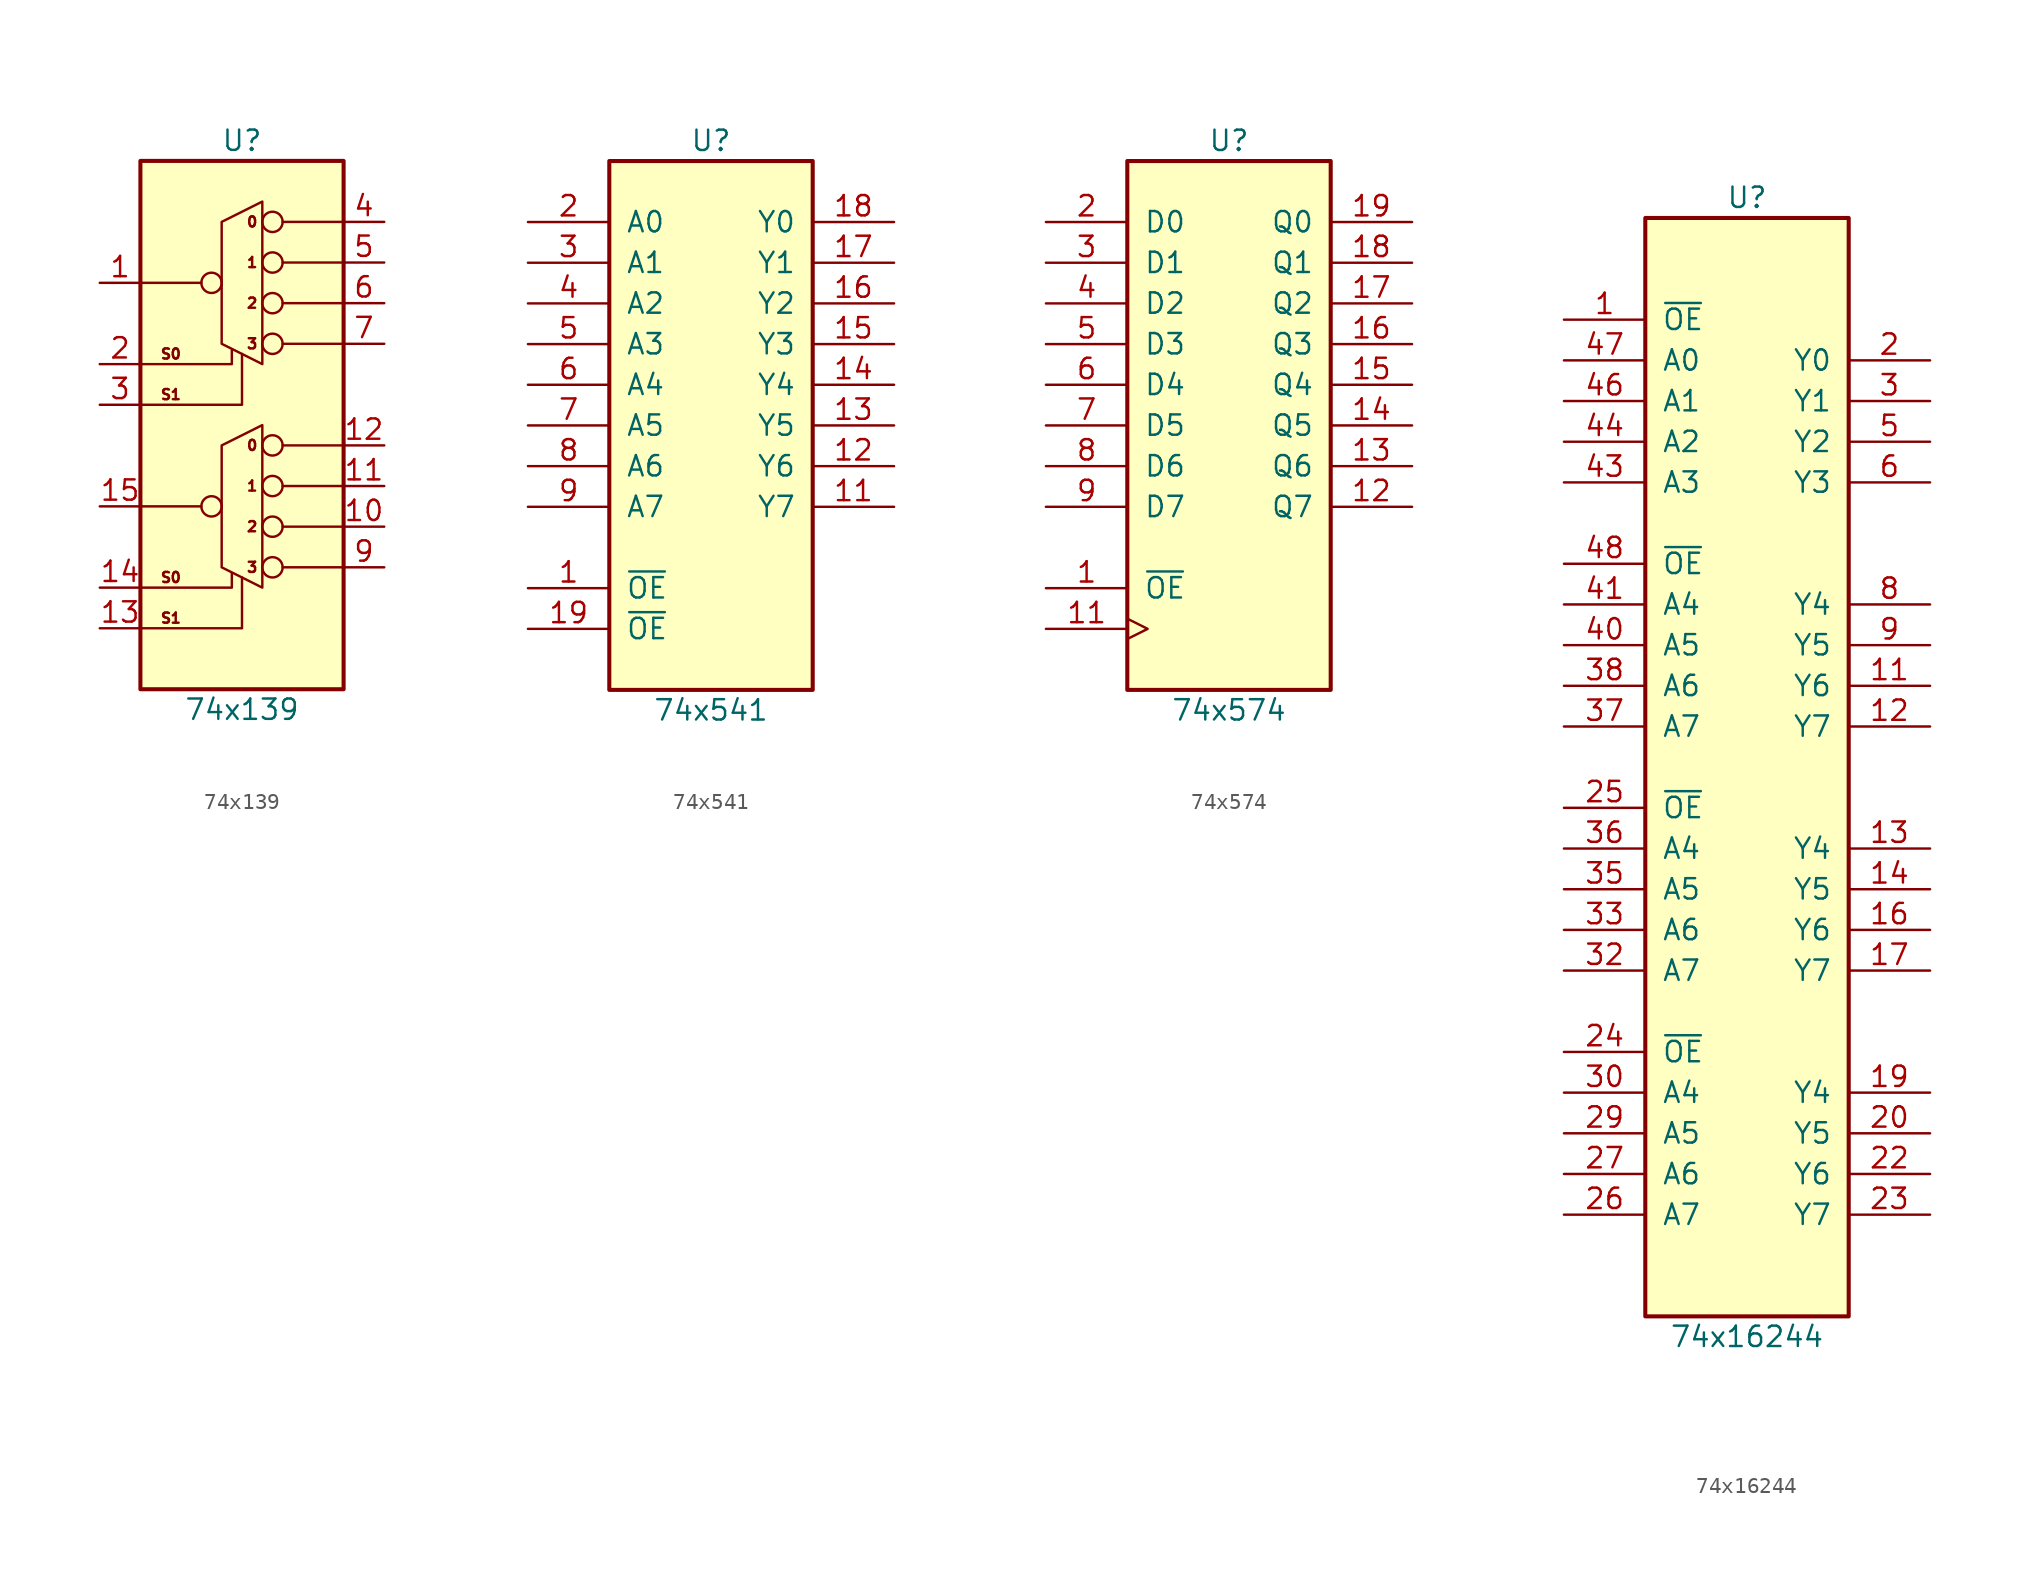
<source format=kicad_sym>
(kicad_symbol_lib
  (version 20211014)
  (generator kicad_symbol_editor)
  (symbol "74x139"
    (pin_names
      (offset 1.016))
    (property "Reference" "U"
      (at 0 24.13 0)
      (effects (font (size 1.27 1.27))))
    (property "Value" "74x139"
      (at 0 -11.43 0)
      (effects (font (size 1.27 1.27))))
    (symbol "74x139_0_0"
      (text "S0" (at -4.445 -3.175 0) (effects (font (size 0.635 0.635))))
      (text "S0" (at -4.445 10.795 0) (effects (font (size 0.635 0.635))))
      (text "S1" (at -4.445 -5.715 0) (effects (font (size 0.635 0.635))))
      (text "S1" (at -4.445 8.255 0) (effects (font (size 0.635 0.635)))))
    (symbol "74x139_0_1"
      (rectangle (start -6.35 22.86) (end 6.35 -10.16) (stroke (width 0.254) (type default) (color 0 0 0 0)) (fill (type background)))
      (circle (center -1.905 1.27) (radius 0.635) (stroke (width 0) (type default) (color 0 0 0 0)) (fill (type none)))
      (circle (center -1.905 15.24) (radius 0.635) (stroke (width 0) (type default) (color 0 0 0 0)) (fill (type none)))
      (polyline (pts (xy -2.54 1.27) (xy -6.35 1.27)) (stroke (width 0) (type default) (color 0 0 0 0)) (fill (type none)))
      (polyline (pts (xy -2.54 15.24) (xy -6.35 15.24)) (stroke (width 0) (type default) (color 0 0 0 0)) (fill (type none)))
      (polyline (pts (xy 2.54 -2.54) (xy 6.35 -2.54)) (stroke (width 0) (type default) (color 0 0 0 0)) (fill (type none)))
      (polyline (pts (xy 2.54 0) (xy 6.35 0)) (stroke (width 0) (type default) (color 0 0 0 0)) (fill (type none)))
      (polyline (pts (xy 2.54 2.54) (xy 6.35 2.54)) (stroke (width 0) (type default) (color 0 0 0 0)) (fill (type none)))
      (polyline (pts (xy 2.54 5.08) (xy 6.35 5.08)) (stroke (width 0) (type default) (color 0 0 0 0)) (fill (type none)))
      (polyline (pts (xy 2.54 11.43) (xy 6.35 11.43)) (stroke (width 0) (type default) (color 0 0 0 0)) (fill (type none)))
      (polyline (pts (xy 2.54 13.97) (xy 6.35 13.97)) (stroke (width 0) (type default) (color 0 0 0 0)) (fill (type none)))
      (polyline (pts (xy 2.54 16.51) (xy 6.35 16.51)) (stroke (width 0) (type default) (color 0 0 0 0)) (fill (type none)))
      (polyline (pts (xy 2.54 19.05) (xy 6.35 19.05)) (stroke (width 0) (type default) (color 0 0 0 0)) (fill (type none)))
      (polyline (pts (xy -6.35 -6.35) (xy 0 -6.35) (xy 0 -3.175)) (stroke (width 0) (type default) (color 0 0 0 0)) (fill (type none)))
      (polyline (pts (xy -6.35 -3.81) (xy -0.635 -3.81) (xy -0.635 -2.921)) (stroke (width 0) (type default) (color 0 0 0 0)) (fill (type none)))
      (polyline (pts (xy -6.35 7.62) (xy 0 7.62) (xy 0 10.795)) (stroke (width 0) (type default) (color 0 0 0 0)) (fill (type none)))
      (polyline (pts (xy -6.35 10.16) (xy -0.635 10.16) (xy -0.635 11.049)) (stroke (width 0) (type default) (color 0 0 0 0)) (fill (type none)))
      (polyline (pts (xy 1.27 6.35) (xy 1.27 -3.81) (xy -1.27 -2.54) (xy -1.27 5.08) (xy 1.27 6.35)) (stroke (width 0) (type default) (color 0 0 0 0)) (fill (type none)))
      (polyline (pts (xy 1.27 20.32) (xy 1.27 10.16) (xy -1.27 11.43) (xy -1.27 19.05) (xy 1.27 20.32)) (stroke (width 0) (type default) (color 0 0 0 0)) (fill (type none)))
      (circle (center 1.905 -2.54) (radius 0.635) (stroke (width 0) (type default) (color 0 0 0 0)) (fill (type none)))
      (circle (center 1.905 0) (radius 0.635) (stroke (width 0) (type default) (color 0 0 0 0)) (fill (type none)))
      (circle (center 1.905 2.54) (radius 0.635) (stroke (width 0) (type default) (color 0 0 0 0)) (fill (type none)))
      (circle (center 1.905 5.08) (radius 0.635) (stroke (width 0) (type default) (color 0 0 0 0)) (fill (type none)))
      (circle (center 1.905 11.43) (radius 0.635) (stroke (width 0) (type default) (color 0 0 0 0)) (fill (type none)))
      (circle (center 1.905 13.97) (radius 0.635) (stroke (width 0) (type default) (color 0 0 0 0)) (fill (type none)))
      (circle (center 1.905 16.51) (radius 0.635) (stroke (width 0) (type default) (color 0 0 0 0)) (fill (type none)))
      (circle (center 1.905 19.05) (radius 0.635) (stroke (width 0) (type default) (color 0 0 0 0)) (fill (type none)))
      (text "0" (at 0.635 5.08 0) (effects (font (size 0.635 0.635))))
      (text "0" (at 0.635 19.05 0) (effects (font (size 0.635 0.635))))
      (text "1" (at 0.635 2.54 0) (effects (font (size 0.635 0.635))))
      (text "1" (at 0.635 16.51 0) (effects (font (size 0.635 0.635))))
      (text "2" (at 0.635 0 0) (effects (font (size 0.635 0.635))))
      (text "2" (at 0.635 13.97 0) (effects (font (size 0.635 0.635))))
      (text "3" (at 0.635 -2.54 0) (effects (font (size 0.635 0.635))))
      (text "3" (at 0.635 11.43 0) (effects (font (size 0.635 0.635)))))
    (symbol "74x139_1_1"
      (pin input line (at -8.89 15.24 0) (length 2.54) (name "~" (effects (font (size 1.27 1.27)))) (number "1" (effects (font (size 1.27 1.27)))))
      (pin output line (at 8.89 0 180) (length 2.54) (name "~" (effects (font (size 1.27 1.27)))) (number "10" (effects (font (size 1.27 1.27)))))
      (pin output line (at 8.89 2.54 180) (length 2.54) (name "~" (effects (font (size 1.27 1.27)))) (number "11" (effects (font (size 1.27 1.27)))))
      (pin output line (at 8.89 5.08 180) (length 2.54) (name "~" (effects (font (size 1.27 1.27)))) (number "12" (effects (font (size 1.27 1.27)))))
      (pin input line (at -8.89 -6.35 0) (length 2.54) (name "~" (effects (font (size 1.27 1.27)))) (number "13" (effects (font (size 1.27 1.27)))))
      (pin input line (at -8.89 -3.81 0) (length 2.54) (name "~" (effects (font (size 1.27 1.27)))) (number "14" (effects (font (size 1.27 1.27)))))
      (pin input line (at -8.89 1.27 0) (length 2.54) (name "~" (effects (font (size 1.27 1.27)))) (number "15" (effects (font (size 1.27 1.27)))))
      (pin power_in line (at 8.89 21.59 180) (length 2.54) hide (name "VCC" (effects (font (size 1.27 1.27)))) (number "16" (effects (font (size 1.27 1.27)))))
      (pin input line (at -8.89 10.16 0) (length 2.54) (name "~" (effects (font (size 1.27 1.27)))) (number "2" (effects (font (size 1.27 1.27)))))
      (pin input line (at -8.89 7.62 0) (length 2.54) (name "~" (effects (font (size 1.27 1.27)))) (number "3" (effects (font (size 1.27 1.27)))))
      (pin output line (at 8.89 19.05 180) (length 2.54) (name "~" (effects (font (size 1.27 1.27)))) (number "4" (effects (font (size 1.27 1.27)))))
      (pin output line (at 8.89 16.51 180) (length 2.54) (name "~" (effects (font (size 1.27 1.27)))) (number "5" (effects (font (size 1.27 1.27)))))
      (pin output line (at 8.89 13.97 180) (length 2.54) (name "~" (effects (font (size 1.27 1.27)))) (number "6" (effects (font (size 1.27 1.27)))))
      (pin output line (at 8.89 11.43 180) (length 2.54) (name "~" (effects (font (size 1.27 1.27)))) (number "7" (effects (font (size 1.27 1.27)))))
      (pin power_in line (at -8.89 -8.89 0) (length 2.54) hide (name "GND" (effects (font (size 1.27 1.27)))) (number "8" (effects (font (size 1.27 1.27)))))
      (pin output line (at 8.89 -2.54 180) (length 2.54) (name "~" (effects (font (size 1.27 1.27)))) (number "9" (effects (font (size 1.27 1.27)))))))
  (symbol "74x541"
    (pin_names
      (offset 1.016))
    (property "Reference" "U"
      (at 0 16.51 0)
      (effects (font (size 1.27 1.27))))
    (property "Value" "74x541"
      (at 0 -19.05 0)
      (effects (font (size 1.27 1.27))))
    (symbol "74x541_0_1"
      (rectangle (start -6.35 15.24) (end 6.35 -17.78) (stroke (width 0.254) (type default) (color 0 0 0 0)) (fill (type background))))
    (symbol "74x541_1_1"
      (pin input line (at -11.43 -11.43 0) (length 5.08) (name "~{OE}" (effects (font (size 1.27 1.27)))) (number "1" (effects (font (size 1.27 1.27)))))
      (pin power_in line (at -11.43 -16.51 0) (length 5.08) hide (name "GND" (effects (font (size 1.27 1.27)))) (number "10" (effects (font (size 1.27 1.27)))))
      (pin tri_state line (at 11.43 -6.35 180) (length 5.08) (name "Y7" (effects (font (size 1.27 1.27)))) (number "11" (effects (font (size 1.27 1.27)))))
      (pin tri_state line (at 11.43 -3.81 180) (length 5.08) (name "Y6" (effects (font (size 1.27 1.27)))) (number "12" (effects (font (size 1.27 1.27)))))
      (pin tri_state line (at 11.43 -1.27 180) (length 5.08) (name "Y5" (effects (font (size 1.27 1.27)))) (number "13" (effects (font (size 1.27 1.27)))))
      (pin tri_state line (at 11.43 1.27 180) (length 5.08) (name "Y4" (effects (font (size 1.27 1.27)))) (number "14" (effects (font (size 1.27 1.27)))))
      (pin tri_state line (at 11.43 3.81 180) (length 5.08) (name "Y3" (effects (font (size 1.27 1.27)))) (number "15" (effects (font (size 1.27 1.27)))))
      (pin tri_state line (at 11.43 6.35 180) (length 5.08) (name "Y2" (effects (font (size 1.27 1.27)))) (number "16" (effects (font (size 1.27 1.27)))))
      (pin tri_state line (at 11.43 8.89 180) (length 5.08) (name "Y1" (effects (font (size 1.27 1.27)))) (number "17" (effects (font (size 1.27 1.27)))))
      (pin tri_state line (at 11.43 11.43 180) (length 5.08) (name "Y0" (effects (font (size 1.27 1.27)))) (number "18" (effects (font (size 1.27 1.27)))))
      (pin input line (at -11.43 -13.97 0) (length 5.08) (name "~{OE}" (effects (font (size 1.27 1.27)))) (number "19" (effects (font (size 1.27 1.27)))))
      (pin input line (at -11.43 11.43 0) (length 5.08) (name "A0" (effects (font (size 1.27 1.27)))) (number "2" (effects (font (size 1.27 1.27)))))
      (pin power_in line (at 11.43 13.97 180) (length 5.08) hide (name "VCC" (effects (font (size 1.27 1.27)))) (number "20" (effects (font (size 1.27 1.27)))))
      (pin input line (at -11.43 8.89 0) (length 5.08) (name "A1" (effects (font (size 1.27 1.27)))) (number "3" (effects (font (size 1.27 1.27)))))
      (pin input line (at -11.43 6.35 0) (length 5.08) (name "A2" (effects (font (size 1.27 1.27)))) (number "4" (effects (font (size 1.27 1.27)))))
      (pin input line (at -11.43 3.81 0) (length 5.08) (name "A3" (effects (font (size 1.27 1.27)))) (number "5" (effects (font (size 1.27 1.27)))))
      (pin input line (at -11.43 1.27 0) (length 5.08) (name "A4" (effects (font (size 1.27 1.27)))) (number "6" (effects (font (size 1.27 1.27)))))
      (pin input line (at -11.43 -1.27 0) (length 5.08) (name "A5" (effects (font (size 1.27 1.27)))) (number "7" (effects (font (size 1.27 1.27)))))
      (pin input line (at -11.43 -3.81 0) (length 5.08) (name "A6" (effects (font (size 1.27 1.27)))) (number "8" (effects (font (size 1.27 1.27)))))
      (pin input line (at -11.43 -6.35 0) (length 5.08) (name "A7" (effects (font (size 1.27 1.27)))) (number "9" (effects (font (size 1.27 1.27)))))))
  (symbol "74x574"
    (pin_names
      (offset 1.016))
    (property "Reference" "U"
      (at 0 16.51 0)
      (effects (font (size 1.27 1.27))))
    (property "Value" "74x574"
      (at 0 -19.05 0)
      (effects (font (size 1.27 1.27))))
    (symbol "74x574_0_1"
      (rectangle (start -6.35 15.24) (end 6.35 -17.78) (stroke (width 0.254) (type default) (color 0 0 0 0)) (fill (type background))))
    (symbol "74x574_1_1"
      (pin input line (at -11.43 -11.43 0) (length 5.08) (name "~{OE}" (effects (font (size 1.27 1.27)))) (number "1" (effects (font (size 1.27 1.27)))))
      (pin power_in line (at -11.43 -16.51 0) (length 5.08) hide (name "GND" (effects (font (size 1.27 1.27)))) (number "10" (effects (font (size 1.27 1.27)))))
      (pin input clock (at -11.43 -13.97 0) (length 5.08) (name "~" (effects (font (size 1.27 1.27)))) (number "11" (effects (font (size 1.27 1.27)))))
      (pin tri_state line (at 11.43 -6.35 180) (length 5.08) (name "Q7" (effects (font (size 1.27 1.27)))) (number "12" (effects (font (size 1.27 1.27)))))
      (pin tri_state line (at 11.43 -3.81 180) (length 5.08) (name "Q6" (effects (font (size 1.27 1.27)))) (number "13" (effects (font (size 1.27 1.27)))))
      (pin tri_state line (at 11.43 -1.27 180) (length 5.08) (name "Q5" (effects (font (size 1.27 1.27)))) (number "14" (effects (font (size 1.27 1.27)))))
      (pin tri_state line (at 11.43 1.27 180) (length 5.08) (name "Q4" (effects (font (size 1.27 1.27)))) (number "15" (effects (font (size 1.27 1.27)))))
      (pin tri_state line (at 11.43 3.81 180) (length 5.08) (name "Q3" (effects (font (size 1.27 1.27)))) (number "16" (effects (font (size 1.27 1.27)))))
      (pin tri_state line (at 11.43 6.35 180) (length 5.08) (name "Q2" (effects (font (size 1.27 1.27)))) (number "17" (effects (font (size 1.27 1.27)))))
      (pin tri_state line (at 11.43 8.89 180) (length 5.08) (name "Q1" (effects (font (size 1.27 1.27)))) (number "18" (effects (font (size 1.27 1.27)))))
      (pin tri_state line (at 11.43 11.43 180) (length 5.08) (name "Q0" (effects (font (size 1.27 1.27)))) (number "19" (effects (font (size 1.27 1.27)))))
      (pin input line (at -11.43 11.43 0) (length 5.08) (name "D0" (effects (font (size 1.27 1.27)))) (number "2" (effects (font (size 1.27 1.27)))))
      (pin power_in line (at 11.43 13.97 180) (length 5.08) hide (name "VCC" (effects (font (size 1.27 1.27)))) (number "20" (effects (font (size 1.27 1.27)))))
      (pin input line (at -11.43 8.89 0) (length 5.08) (name "D1" (effects (font (size 1.27 1.27)))) (number "3" (effects (font (size 1.27 1.27)))))
      (pin input line (at -11.43 6.35 0) (length 5.08) (name "D2" (effects (font (size 1.27 1.27)))) (number "4" (effects (font (size 1.27 1.27)))))
      (pin input line (at -11.43 3.81 0) (length 5.08) (name "D3" (effects (font (size 1.27 1.27)))) (number "5" (effects (font (size 1.27 1.27)))))
      (pin input line (at -11.43 1.27 0) (length 5.08) (name "D4" (effects (font (size 1.27 1.27)))) (number "6" (effects (font (size 1.27 1.27)))))
      (pin input line (at -11.43 -1.27 0) (length 5.08) (name "D5" (effects (font (size 1.27 1.27)))) (number "7" (effects (font (size 1.27 1.27)))))
      (pin input line (at -11.43 -3.81 0) (length 5.08) (name "D6" (effects (font (size 1.27 1.27)))) (number "8" (effects (font (size 1.27 1.27)))))
      (pin input line (at -11.43 -6.35 0) (length 5.08) (name "D7" (effects (font (size 1.27 1.27)))) (number "9" (effects (font (size 1.27 1.27)))))))
  (symbol "74x16244"
    (pin_names
      (offset 1.016))
    (property "Reference" "U"
      (at -1.27 36.83 0)
      (effects (font (size 1.27 1.27))))
    (property "Value" "74x16244"
      (at -1.27 -34.29 0)
      (effects (font (size 1.27 1.27))))
    (symbol "74x16244_0_1"
      (rectangle (start -7.62 35.56) (end 5.08 -33.02) (stroke (width 0.254) (type default) (color 0 0 0 0)) (fill (type background))))
    (symbol "74x16244_1_1"
      (pin input line (at -12.7 29.21 0) (length 5.08) (name "~{OE}" (effects (font (size 1.27 1.27)))) (number "1" (effects (font (size 1.27 1.27)))))
      (pin power_in line (at -12.7 1.27 0) (length 5.08) hide (name "GND" (effects (font (size 1.27 1.27)))) (number "10" (effects (font (size 1.27 1.27)))))
      (pin tri_state line (at 10.16 6.35 180) (length 5.08) (name "Y6" (effects (font (size 1.27 1.27)))) (number "11" (effects (font (size 1.27 1.27)))))
      (pin tri_state line (at 10.16 3.81 180) (length 5.08) (name "Y7" (effects (font (size 1.27 1.27)))) (number "12" (effects (font (size 1.27 1.27)))))
      (pin tri_state line (at 10.16 -3.81 180) (length 5.08) (name "Y4" (effects (font (size 1.27 1.27)))) (number "13" (effects (font (size 1.27 1.27)))))
      (pin tri_state line (at 10.16 -6.35 180) (length 5.08) (name "Y5" (effects (font (size 1.27 1.27)))) (number "14" (effects (font (size 1.27 1.27)))))
      (pin power_in line (at -12.7 -13.97 0) (length 5.08) hide (name "GND" (effects (font (size 1.27 1.27)))) (number "15" (effects (font (size 1.27 1.27)))))
      (pin tri_state line (at 10.16 -8.89 180) (length 5.08) (name "Y6" (effects (font (size 1.27 1.27)))) (number "16" (effects (font (size 1.27 1.27)))))
      (pin tri_state line (at 10.16 -11.43 180) (length 5.08) (name "Y7" (effects (font (size 1.27 1.27)))) (number "17" (effects (font (size 1.27 1.27)))))
      (pin power_in line (at -12.7 31.75 0) (length 5.08) hide (name "VCC" (effects (font (size 1.27 1.27)))) (number "18" (effects (font (size 1.27 1.27)))))
      (pin tri_state line (at 10.16 -19.05 180) (length 5.08) (name "Y4" (effects (font (size 1.27 1.27)))) (number "19" (effects (font (size 1.27 1.27)))))
      (pin tri_state line (at 10.16 26.67 180) (length 5.08) (name "Y0" (effects (font (size 1.27 1.27)))) (number "2" (effects (font (size 1.27 1.27)))))
      (pin tri_state line (at 10.16 -21.59 180) (length 5.08) (name "Y5" (effects (font (size 1.27 1.27)))) (number "20" (effects (font (size 1.27 1.27)))))
      (pin power_in line (at -12.7 -31.75 0) (length 5.08) hide (name "GND" (effects (font (size 1.27 1.27)))) (number "21" (effects (font (size 1.27 1.27)))))
      (pin tri_state line (at 10.16 -24.13 180) (length 5.08) (name "Y6" (effects (font (size 1.27 1.27)))) (number "22" (effects (font (size 1.27 1.27)))))
      (pin tri_state line (at 10.16 -26.67 180) (length 5.08) (name "Y7" (effects (font (size 1.27 1.27)))) (number "23" (effects (font (size 1.27 1.27)))))
      (pin input line (at -12.7 -16.51 0) (length 5.08) (name "~{OE}" (effects (font (size 1.27 1.27)))) (number "24" (effects (font (size 1.27 1.27)))))
      (pin input line (at -12.7 -1.27 0) (length 5.08) (name "~{OE}" (effects (font (size 1.27 1.27)))) (number "25" (effects (font (size 1.27 1.27)))))
      (pin input line (at -12.7 -26.67 0) (length 5.08) (name "A7" (effects (font (size 1.27 1.27)))) (number "26" (effects (font (size 1.27 1.27)))))
      (pin input line (at -12.7 -24.13 0) (length 5.08) (name "A6" (effects (font (size 1.27 1.27)))) (number "27" (effects (font (size 1.27 1.27)))))
      (pin power_in line (at 10.16 -31.75 180) (length 5.08) hide (name "GND" (effects (font (size 1.27 1.27)))) (number "28" (effects (font (size 1.27 1.27)))))
      (pin input line (at -12.7 -21.59 0) (length 5.08) (name "A5" (effects (font (size 1.27 1.27)))) (number "29" (effects (font (size 1.27 1.27)))))
      (pin tri_state line (at 10.16 24.13 180) (length 5.08) (name "Y1" (effects (font (size 1.27 1.27)))) (number "3" (effects (font (size 1.27 1.27)))))
      (pin input line (at -12.7 -19.05 0) (length 5.08) (name "A4" (effects (font (size 1.27 1.27)))) (number "30" (effects (font (size 1.27 1.27)))))
      (pin power_in line (at 10.16 31.75 180) (length 5.08) hide (name "VCC" (effects (font (size 1.27 1.27)))) (number "31" (effects (font (size 1.27 1.27)))))
      (pin input line (at -12.7 -11.43 0) (length 5.08) (name "A7" (effects (font (size 1.27 1.27)))) (number "32" (effects (font (size 1.27 1.27)))))
      (pin input line (at -12.7 -8.89 0) (length 5.08) (name "A6" (effects (font (size 1.27 1.27)))) (number "33" (effects (font (size 1.27 1.27)))))
      (pin power_in line (at 10.16 -13.97 180) (length 5.08) hide (name "GND" (effects (font (size 1.27 1.27)))) (number "34" (effects (font (size 1.27 1.27)))))
      (pin input line (at -12.7 -6.35 0) (length 5.08) (name "A5" (effects (font (size 1.27 1.27)))) (number "35" (effects (font (size 1.27 1.27)))))
      (pin input line (at -12.7 -3.81 0) (length 5.08) (name "A4" (effects (font (size 1.27 1.27)))) (number "36" (effects (font (size 1.27 1.27)))))
      (pin input line (at -12.7 3.81 0) (length 5.08) (name "A7" (effects (font (size 1.27 1.27)))) (number "37" (effects (font (size 1.27 1.27)))))
      (pin input line (at -12.7 6.35 0) (length 5.08) (name "A6" (effects (font (size 1.27 1.27)))) (number "38" (effects (font (size 1.27 1.27)))))
      (pin power_in line (at 10.16 1.27 180) (length 5.08) hide (name "GND" (effects (font (size 1.27 1.27)))) (number "39" (effects (font (size 1.27 1.27)))))
      (pin power_in line (at -12.7 16.51 0) (length 5.08) hide (name "GND" (effects (font (size 1.27 1.27)))) (number "4" (effects (font (size 1.27 1.27)))))
      (pin input line (at -12.7 8.89 0) (length 5.08) (name "A5" (effects (font (size 1.27 1.27)))) (number "40" (effects (font (size 1.27 1.27)))))
      (pin input line (at -12.7 11.43 0) (length 5.08) (name "A4" (effects (font (size 1.27 1.27)))) (number "41" (effects (font (size 1.27 1.27)))))
      (pin power_in line (at 10.16 34.29 180) (length 5.08) hide (name "VCC" (effects (font (size 1.27 1.27)))) (number "42" (effects (font (size 1.27 1.27)))))
      (pin input line (at -12.7 19.05 0) (length 5.08) (name "A3" (effects (font (size 1.27 1.27)))) (number "43" (effects (font (size 1.27 1.27)))))
      (pin input line (at -12.7 21.59 0) (length 5.08) (name "A2" (effects (font (size 1.27 1.27)))) (number "44" (effects (font (size 1.27 1.27)))))
      (pin power_in line (at 10.16 16.51 180) (length 5.08) hide (name "GND" (effects (font (size 1.27 1.27)))) (number "45" (effects (font (size 1.27 1.27)))))
      (pin input line (at -12.7 24.13 0) (length 5.08) (name "A1" (effects (font (size 1.27 1.27)))) (number "46" (effects (font (size 1.27 1.27)))))
      (pin input line (at -12.7 26.67 0) (length 5.08) (name "A0" (effects (font (size 1.27 1.27)))) (number "47" (effects (font (size 1.27 1.27)))))
      (pin input line (at -12.7 13.97 0) (length 5.08) (name "~{OE}" (effects (font (size 1.27 1.27)))) (number "48" (effects (font (size 1.27 1.27)))))
      (pin tri_state line (at 10.16 21.59 180) (length 5.08) (name "Y2" (effects (font (size 1.27 1.27)))) (number "5" (effects (font (size 1.27 1.27)))))
      (pin tri_state line (at 10.16 19.05 180) (length 5.08) (name "Y3" (effects (font (size 1.27 1.27)))) (number "6" (effects (font (size 1.27 1.27)))))
      (pin power_in line (at -12.7 34.29 0) (length 5.08) hide (name "VCC" (effects (font (size 1.27 1.27)))) (number "7" (effects (font (size 1.27 1.27)))))
      (pin tri_state line (at 10.16 11.43 180) (length 5.08) (name "Y4" (effects (font (size 1.27 1.27)))) (number "8" (effects (font (size 1.27 1.27)))))
      (pin tri_state line (at 10.16 8.89 180) (length 5.08) (name "Y5" (effects (font (size 1.27 1.27)))) (number "9" (effects (font (size 1.27 1.27))))))))
</source>
